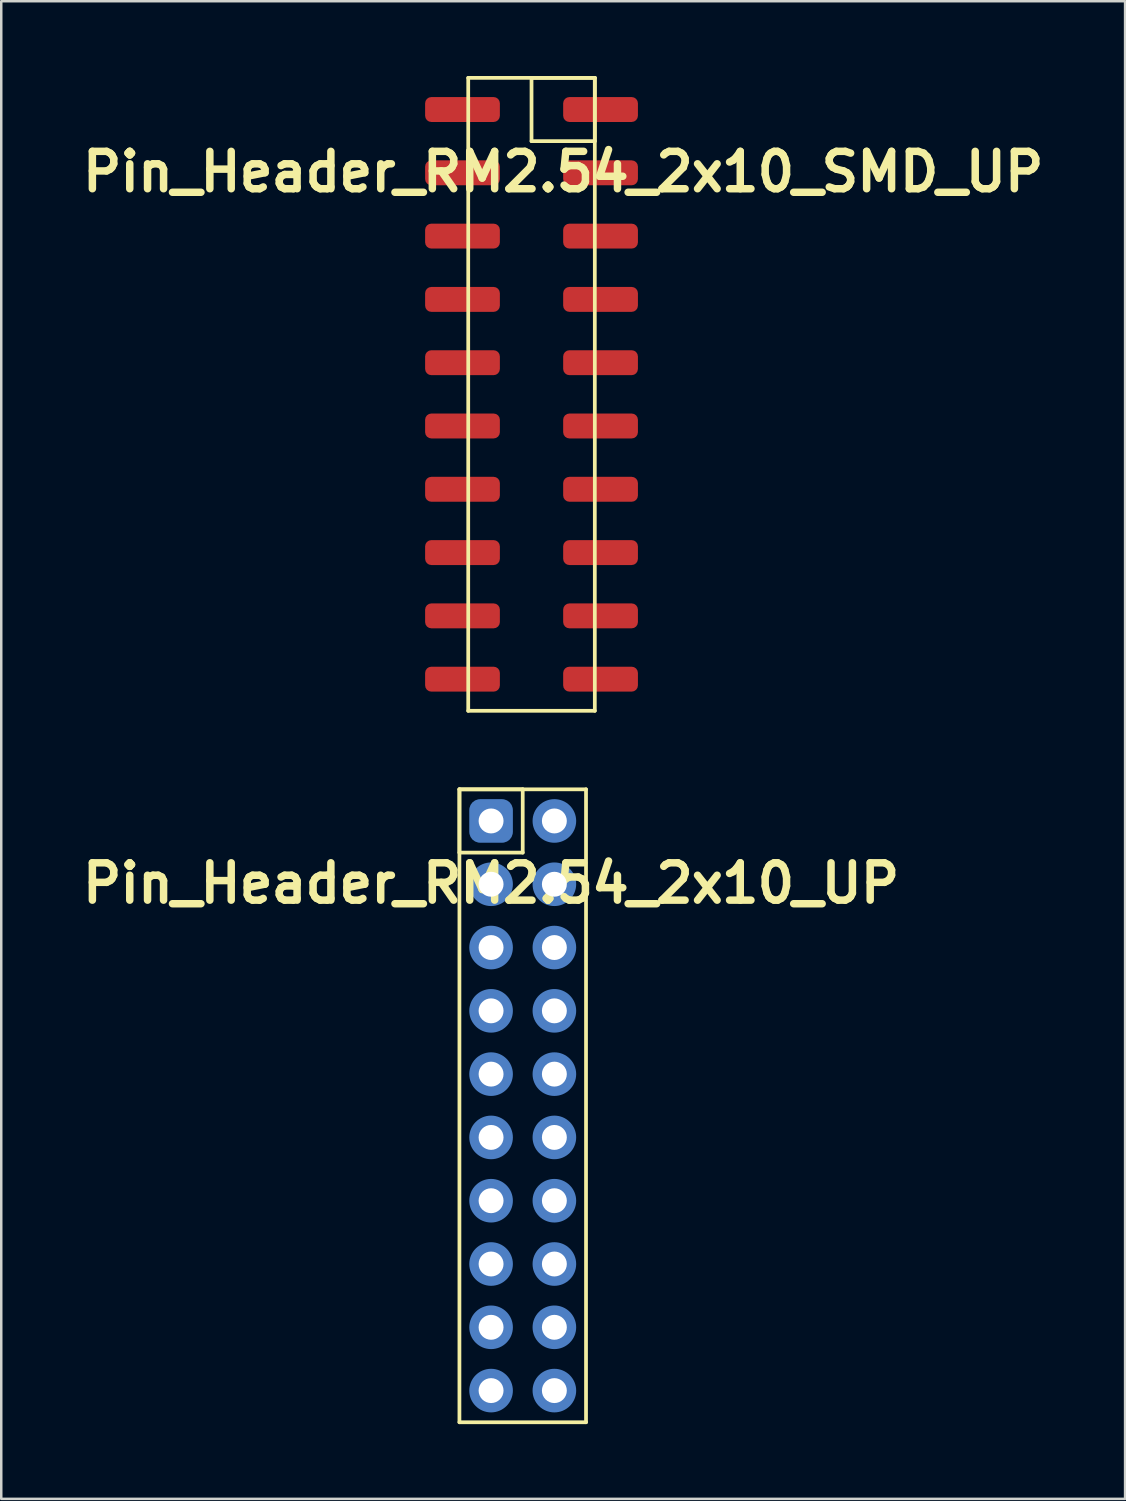
<source format=kicad_pcb>
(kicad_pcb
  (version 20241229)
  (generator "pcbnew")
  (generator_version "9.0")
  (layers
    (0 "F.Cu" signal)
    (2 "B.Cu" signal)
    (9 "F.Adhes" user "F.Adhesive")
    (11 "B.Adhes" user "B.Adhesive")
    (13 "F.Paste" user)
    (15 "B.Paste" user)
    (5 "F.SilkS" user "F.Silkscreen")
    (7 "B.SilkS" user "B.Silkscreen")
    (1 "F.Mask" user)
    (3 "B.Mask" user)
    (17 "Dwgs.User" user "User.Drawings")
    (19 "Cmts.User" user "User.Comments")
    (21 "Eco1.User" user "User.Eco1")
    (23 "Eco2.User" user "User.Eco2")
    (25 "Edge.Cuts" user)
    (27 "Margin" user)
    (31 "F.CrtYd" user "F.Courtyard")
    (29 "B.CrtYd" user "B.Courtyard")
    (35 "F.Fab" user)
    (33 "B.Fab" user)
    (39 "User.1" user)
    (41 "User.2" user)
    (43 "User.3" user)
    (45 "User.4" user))
  (footprint "Pin_Header_RM2.54_2x10_UP"
    (layer "F.Cu")
    (at 16.657 29.895)
    (property "Reference" "Pin_Header_RM2.54_2x10_UP" (at 0 2.5 0) (layer "F.SilkS") (effects (font (size 1.5 1.5) (thickness 0.3))))
    (attr through_hole)
    (fp_line (start -1.27 -1.27) (end 1.27 -1.27) (stroke (width 0.15) (type solid)) (layer "F.SilkS"))
    (fp_line (start -1.27 -1.27) (end 3.81 -1.27) (stroke (width 0.15) (type solid)) (layer "F.SilkS"))
    (fp_line (start -1.27 1.27) (end -1.27 -1.27) (stroke (width 0.15) (type solid)) (layer "F.SilkS"))
    (fp_line (start -1.27 24.13) (end -1.27 -1.27) (stroke (width 0.15) (type solid)) (layer "F.SilkS"))
    (fp_line (start 1.27 -1.27) (end 1.27 1.27) (stroke (width 0.15) (type solid)) (layer "F.SilkS"))
    (fp_line (start 1.27 1.27) (end -1.27 1.27) (stroke (width 0.15) (type solid)) (layer "F.SilkS"))
    (fp_line (start 3.81 -1.27) (end 3.81 24.13) (stroke (width 0.15) (type solid)) (layer "F.SilkS"))
    (fp_line (start 3.81 24.13) (end -1.27 24.13) (stroke (width 0.15) (type solid)) (layer "F.SilkS"))
    (pad "1" thru_hole circle (at 0 0) (size 1.3 1.3) (drill 1) (layers "*.Cu" "*.Mask"))
    (pad "1" smd roundrect (at 0 0) (size 1.75 1.75) (layers "B.Cu" "B.Mask") (roundrect_rratio 0.25))
    (pad "2" thru_hole circle (at 2.54 0) (size 1.3 1.3) (drill 1) (layers "*.Cu" "*.Mask"))
    (pad "2" smd circle (at 2.54 0) (size 1.75 1.75) (layers "B.Cu" "B.Mask"))
    (pad "3" thru_hole circle (at 0 2.54) (size 1.3 1.3) (drill 1) (layers "*.Cu" "*.Mask"))
    (pad "3" smd circle (at 0 2.54) (size 1.75 1.75) (layers "B.Cu" "B.Mask"))
    (pad "4" thru_hole circle (at 2.54 2.54) (size 1.3 1.3) (drill 1) (layers "*.Cu" "*.Mask"))
    (pad "4" smd circle (at 2.54 2.54) (size 1.75 1.75) (layers "B.Cu" "B.Mask"))
    (pad "5" thru_hole circle (at 0 5.08) (size 1.3 1.3) (drill 1) (layers "*.Cu" "*.Mask"))
    (pad "5" smd circle (at 0 5.08) (size 1.75 1.75) (layers "B.Cu" "B.Mask"))
    (pad "6" thru_hole circle (at 2.54 5.08) (size 1.3 1.3) (drill 1) (layers "*.Cu" "*.Mask"))
    (pad "6" smd circle (at 2.54 5.08) (size 1.75 1.75) (layers "B.Cu" "B.Mask"))
    (pad "7" thru_hole circle (at 0 7.62) (size 1.3 1.3) (drill 1) (layers "*.Cu" "*.Mask"))
    (pad "7" smd circle (at 0 7.62) (size 1.75 1.75) (layers "B.Cu" "B.Mask"))
    (pad "8" thru_hole circle (at 2.54 7.62) (size 1.3 1.3) (drill 1) (layers "*.Cu" "*.Mask"))
    (pad "8" smd circle (at 2.54 7.62) (size 1.75 1.75) (layers "B.Cu" "B.Mask"))
    (pad "9" thru_hole circle (at 0 10.16) (size 1.3 1.3) (drill 1) (layers "*.Cu" "*.Mask"))
    (pad "9" smd circle (at 0 10.16) (size 1.75 1.75) (layers "B.Cu" "B.Mask"))
    (pad "10" thru_hole circle (at 2.54 10.16) (size 1.3 1.3) (drill 1) (layers "*.Cu" "*.Mask"))
    (pad "10" smd circle (at 2.54 10.16) (size 1.75 1.75) (layers "B.Cu" "B.Mask"))
    (pad "11" thru_hole circle (at 0 12.7) (size 1.3 1.3) (drill 1) (layers "*.Cu" "*.Mask"))
    (pad "11" smd circle (at 0 12.7) (size 1.75 1.75) (layers "B.Cu" "B.Mask"))
    (pad "12" thru_hole circle (at 2.54 12.7) (size 1.3 1.3) (drill 1) (layers "*.Cu" "*.Mask"))
    (pad "12" smd circle (at 2.54 12.7) (size 1.75 1.75) (layers "B.Cu" "B.Mask"))
    (pad "13" thru_hole circle (at 0 15.24) (size 1.3 1.3) (drill 1) (layers "*.Cu" "*.Mask"))
    (pad "13" smd circle (at 0 15.24) (size 1.75 1.75) (layers "B.Cu" "B.Mask"))
    (pad "14" thru_hole circle (at 2.54 15.24) (size 1.3 1.3) (drill 1) (layers "*.Cu" "*.Mask"))
    (pad "14" smd circle (at 2.54 15.24) (size 1.75 1.75) (layers "B.Cu" "B.Mask"))
    (pad "15" thru_hole circle (at 0 17.78) (size 1.3 1.3) (drill 1) (layers "*.Cu" "*.Mask"))
    (pad "15" smd circle (at 0 17.78) (size 1.75 1.75) (layers "B.Cu" "B.Mask"))
    (pad "16" thru_hole circle (at 2.54 17.78) (size 1.3 1.3) (drill 1) (layers "*.Cu" "*.Mask"))
    (pad "16" smd circle (at 2.54 17.78) (size 1.75 1.75) (layers "B.Cu" "B.Mask"))
    (pad "17" thru_hole circle (at 0 20.32) (size 1.3 1.3) (drill 1) (layers "*.Cu" "*.Mask"))
    (pad "17" smd circle (at 0 20.32) (size 1.75 1.75) (layers "B.Cu" "B.Mask"))
    (pad "18" thru_hole circle (at 2.54 20.32) (size 1.3 1.3) (drill 1) (layers "*.Cu" "*.Mask"))
    (pad "18" smd circle (at 2.54 20.32) (size 1.75 1.75) (layers "B.Cu" "B.Mask"))
    (pad "19" thru_hole circle (at 0 22.86) (size 1.3 1.3) (drill 1) (layers "*.Cu" "*.Mask"))
    (pad "19" smd circle (at 0 22.86) (size 1.75 1.75) (layers "B.Cu" "B.Mask"))
    (pad "20" thru_hole circle (at 2.54 22.86) (size 1.3 1.3) (drill 1) (layers "*.Cu" "*.Mask"))
    (pad "20" smd circle (at 2.54 22.86) (size 1.75 1.75) (layers "B.Cu" "B.Mask")))
  (footprint "Pin_Header_RM2.54_2x10_SMD_UP"
    (layer "F.Cu")
    (at 19.55 1.345)
    (property "Reference" "Pin_Header_RM2.54_2x10_SMD_UP" (at 0 2.5 0) (layer "F.SilkS") (effects (font (size 1.5 1.5) (thickness 0.3))))
    (attr through_hole)
    (fp_line (start -3.81 -1.27) (end 1.27 -1.27) (stroke (width 0.15) (type solid)) (layer "F.SilkS"))
    (fp_line (start -3.81 24.13) (end -3.81 -1.27) (stroke (width 0.15) (type solid)) (layer "F.SilkS"))
    (fp_line (start -1.27 -1.27) (end 1.27 -1.27) (stroke (width 0.15) (type solid)) (layer "F.SilkS"))
    (fp_line (start -1.27 1.27) (end -1.27 -1.27) (stroke (width 0.15) (type solid)) (layer "F.SilkS"))
    (fp_line (start 1.27 -1.27) (end 1.27 1.27) (stroke (width 0.15) (type solid)) (layer "F.SilkS"))
    (fp_line (start 1.27 -1.27) (end 1.27 24.13) (stroke (width 0.15) (type solid)) (layer "F.SilkS"))
    (fp_line (start 1.27 1.27) (end -1.27 1.27) (stroke (width 0.15) (type solid)) (layer "F.SilkS"))
    (fp_line (start 1.27 24.13) (end -3.81 24.13) (stroke (width 0.15) (type solid)) (layer "F.SilkS"))
    (pad "1" smd roundrect (at 1.5 0) (size 3 1) (layers "F.Cu" "F.Mask" "F.Paste") (roundrect_rratio 0.25))
    (pad "2" smd roundrect (at -4.04 0) (size 3 1) (layers "F.Cu" "F.Mask" "F.Paste") (roundrect_rratio 0.25))
    (pad "3" smd roundrect (at 1.5 2.54) (size 3 1) (layers "F.Cu" "F.Mask" "F.Paste") (roundrect_rratio 0.25))
    (pad "4" smd roundrect (at -4.04 2.54) (size 3 1) (layers "F.Cu" "F.Mask" "F.Paste") (roundrect_rratio 0.25))
    (pad "5" smd roundrect (at 1.5 5.08) (size 3 1) (layers "F.Cu" "F.Mask" "F.Paste") (roundrect_rratio 0.25))
    (pad "6" smd roundrect (at -4.04 5.08) (size 3 1) (layers "F.Cu" "F.Mask" "F.Paste") (roundrect_rratio 0.25))
    (pad "7" smd roundrect (at 1.5 7.62) (size 3 1) (layers "F.Cu" "F.Mask" "F.Paste") (roundrect_rratio 0.25))
    (pad "8" smd roundrect (at -4.04 7.62) (size 3 1) (layers "F.Cu" "F.Mask" "F.Paste") (roundrect_rratio 0.25))
    (pad "9" smd roundrect (at 1.5 10.16) (size 3 1) (layers "F.Cu" "F.Mask" "F.Paste") (roundrect_rratio 0.25))
    (pad "10" smd roundrect (at -4.04 10.16) (size 3 1) (layers "F.Cu" "F.Mask" "F.Paste") (roundrect_rratio 0.25))
    (pad "11" smd roundrect (at 1.5 12.7) (size 3 1) (layers "F.Cu" "F.Mask" "F.Paste") (roundrect_rratio 0.25))
    (pad "12" smd roundrect (at -4.04 12.7) (size 3 1) (layers "F.Cu" "F.Mask" "F.Paste") (roundrect_rratio 0.25))
    (pad "13" smd roundrect (at 1.5 15.24) (size 3 1) (layers "F.Cu" "F.Mask" "F.Paste") (roundrect_rratio 0.25))
    (pad "14" smd roundrect (at -4.04 15.24) (size 3 1) (layers "F.Cu" "F.Mask" "F.Paste") (roundrect_rratio 0.25))
    (pad "15" smd roundrect (at 1.5 17.78) (size 3 1) (layers "F.Cu" "F.Mask" "F.Paste") (roundrect_rratio 0.25))
    (pad "16" smd roundrect (at -4.04 17.78) (size 3 1) (layers "F.Cu" "F.Mask" "F.Paste") (roundrect_rratio 0.25))
    (pad "17" smd roundrect (at 1.5 20.32) (size 3 1) (layers "F.Cu" "F.Mask" "F.Paste") (roundrect_rratio 0.25))
    (pad "18" smd roundrect (at -4.04 20.32) (size 3 1) (layers "F.Cu" "F.Mask" "F.Paste") (roundrect_rratio 0.25))
    (pad "19" smd roundrect (at 1.5 22.86) (size 3 1) (layers "F.Cu" "F.Mask" "F.Paste") (roundrect_rratio 0.25))
    (pad "20" smd roundrect (at -4.04 22.86) (size 3 1) (layers "F.Cu" "F.Mask" "F.Paste") (roundrect_rratio 0.25)))
  (gr_rect
    (start -3 -3)
    (end 42.1 57.1)
    (stroke (width 0.1) (type default))
    (fill no)
    (layer "Edge.Cuts")))
</source>
